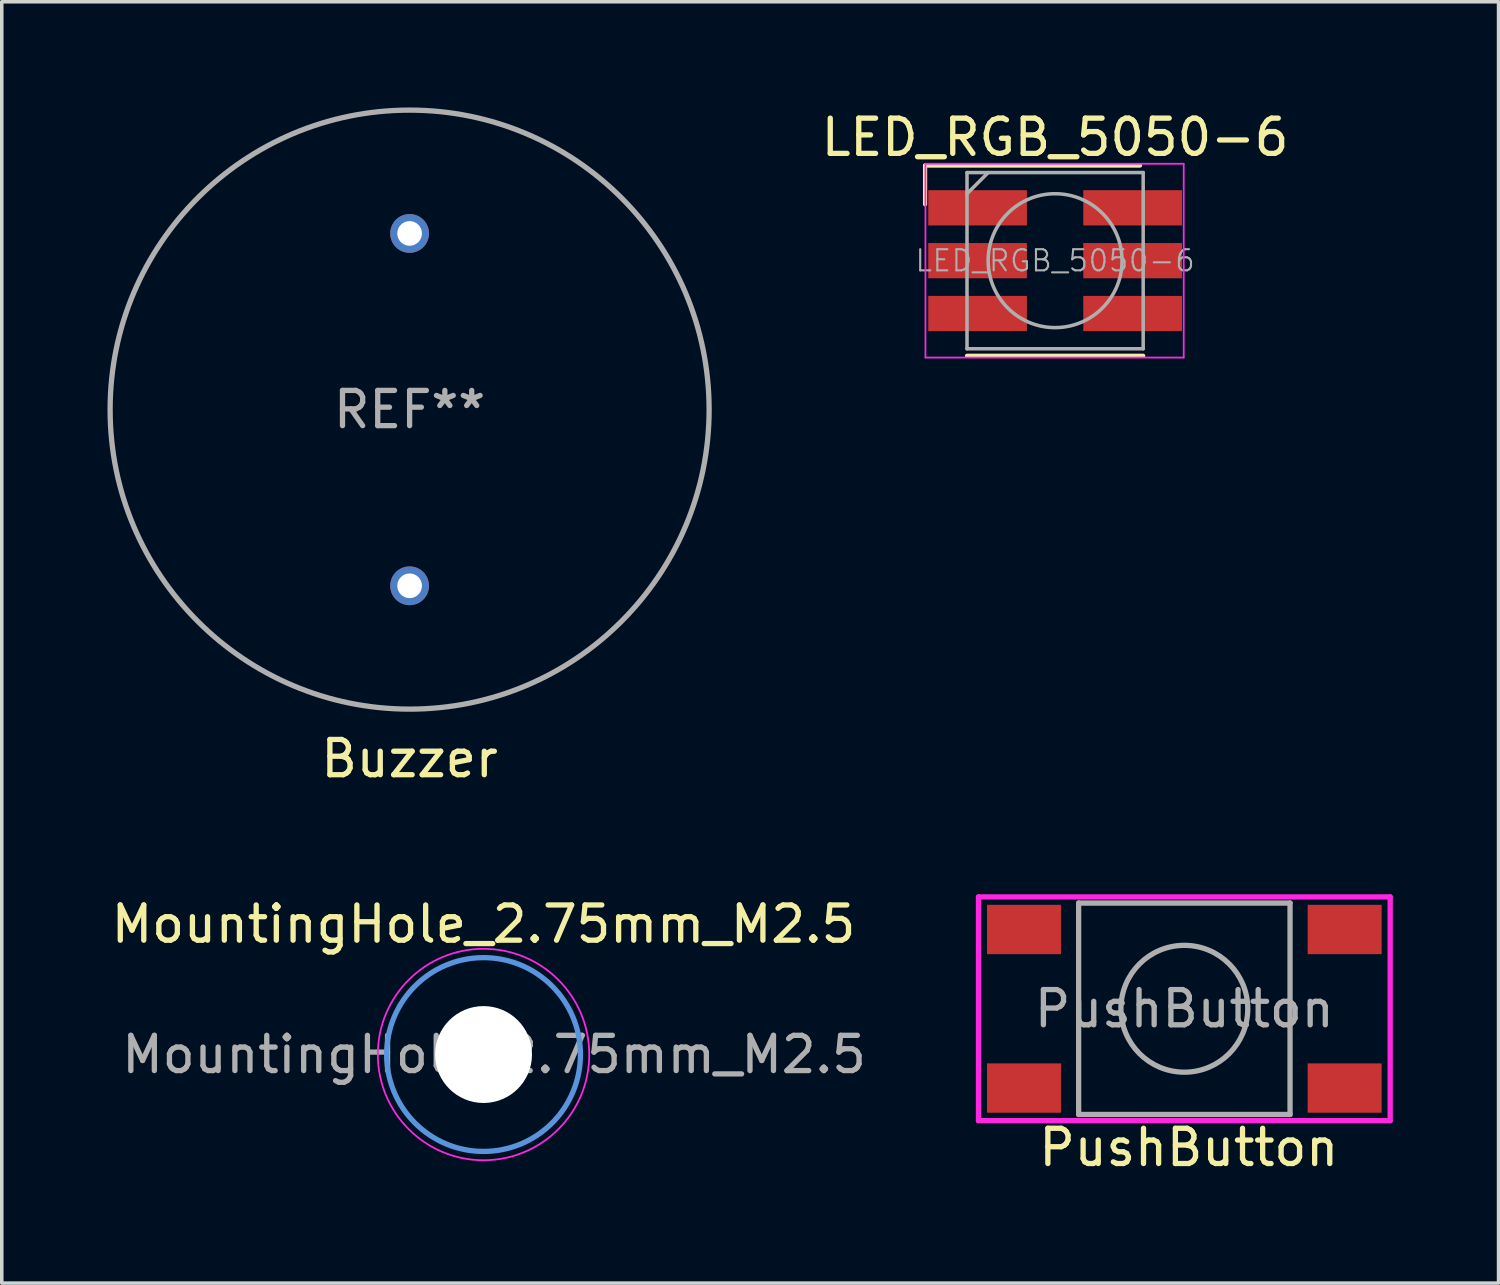
<source format=kicad_pcb>
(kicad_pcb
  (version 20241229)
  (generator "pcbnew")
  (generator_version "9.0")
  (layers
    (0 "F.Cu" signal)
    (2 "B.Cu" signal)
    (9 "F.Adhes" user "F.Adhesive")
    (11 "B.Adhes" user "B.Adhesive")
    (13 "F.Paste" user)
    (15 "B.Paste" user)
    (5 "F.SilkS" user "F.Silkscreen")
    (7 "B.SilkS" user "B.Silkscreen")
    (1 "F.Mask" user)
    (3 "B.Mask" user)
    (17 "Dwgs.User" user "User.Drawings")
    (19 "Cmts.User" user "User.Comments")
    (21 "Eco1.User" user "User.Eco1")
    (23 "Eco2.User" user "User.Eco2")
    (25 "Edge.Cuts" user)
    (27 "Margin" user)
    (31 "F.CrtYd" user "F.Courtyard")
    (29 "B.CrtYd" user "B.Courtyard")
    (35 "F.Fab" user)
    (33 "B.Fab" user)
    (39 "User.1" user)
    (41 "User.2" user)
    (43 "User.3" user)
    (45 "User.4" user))
  (footprint "PushButton"
    (layer "F.Cu")
    (at 30.562 25.579)
    (property "Reference" "PushButton" (at 0.127 3.937 0) (layer "F.SilkS") (effects (font (size 1 1) (thickness 0.15))))
    (attr through_hole)
    (fp_line (start -5.842 -3.175) (end -5.842 3.175) (stroke (width 0.15) (type solid)) (layer "F.CrtYd"))
    (fp_line (start -5.842 3.175) (end 5.715 3.175) (stroke (width 0.15) (type solid)) (layer "F.CrtYd"))
    (fp_line (start 5.715 3.175) (end 5.842 3.175) (stroke (width 0.15) (type solid)) (layer "F.CrtYd"))
    (fp_line (start 5.842 -3.175) (end -5.842 -3.175) (stroke (width 0.15) (type solid)) (layer "F.CrtYd"))
    (fp_line (start 5.842 3.175) (end 5.842 -3.175) (stroke (width 0.15) (type solid)) (layer "F.CrtYd"))
    (fp_line (start -3 -3) (end -3 3) (stroke (width 0.15) (type solid)) (layer "F.Fab"))
    (fp_line (start -3 3) (end 3 3) (stroke (width 0.15) (type solid)) (layer "F.Fab"))
    (fp_line (start 3 -3) (end -3 -3) (stroke (width 0.15) (type solid)) (layer "F.Fab"))
    (fp_line (start 3 3) (end 3 -3) (stroke (width 0.15) (type solid)) (layer "F.Fab"))
    (fp_circle (center 0 0) (end 1.8 0) (stroke (width 0.15) (type solid)) (fill no) (layer "F.Fab"))
    (fp_text user "${REFERENCE}" (at 0 0 0) (layer "F.Fab") (effects (font (size 1 1) (thickness 0.15))))
    (pad "1" smd rect (at -4.55 -2.25) (size 2.1 1.4) (layers "F.Cu" "F.Mask" "F.Paste"))
    (pad "1" smd rect (at 4.55 -2.25) (size 2.1 1.4) (layers "F.Cu" "F.Mask" "F.Paste"))
    (pad "2" smd rect (at -4.55 2.25) (size 2.1 1.4) (layers "F.Cu" "F.Mask" "F.Paste"))
    (pad "2" smd rect (at 4.55 2.25) (size 2.1 1.4) (layers "F.Cu" "F.Mask" "F.Paste")))
  (footprint "MountingHole_2.75mm_M2.5"
    (layer "F.Cu")
    (at 10.673 26.878)
    (property "Reference" "MountingHole_2.75mm_M2.5" (at 0 -3.7 0) (layer "F.SilkS") (effects (font (size 1 1) (thickness 0.15))))
    (attr exclude_from_pos_files exclude_from_bom)
    (fp_circle (center 0 0) (end 2.75 0) (stroke (width 0.15) (type solid)) (fill no) (layer "Cmts.User"))
    (fp_circle (center 0 0) (end 3 0) (stroke (width 0.05) (type solid)) (fill no) (layer "F.CrtYd"))
    (fp_text user "${REFERENCE}" (at 0.3 0 0) (layer "F.Fab") (effects (font (size 1 1) (thickness 0.15))))
    (pad "" np_thru_hole circle (at 0 0) (size 2.75 2.75) (drill 2.75) (layers "*.Cu" "*.Mask")))
  (footprint "LED_RGB_5050-6"
    (layer "F.Cu")
    (at 26.894 4.348)
    (property "Reference" "LED_RGB_5050-6" (at 0 -3.5 180) (layer "F.SilkS") (effects (font (size 1 1) (thickness 0.15))))
    (attr smd)
    (fp_line (start -3.69 -2.7) (end 2.41 -2.7) (stroke (width 0.12) (type solid)) (layer "F.SilkS"))
    (fp_line (start -3.69 -1.6) (end -3.69 -2.7) (stroke (width 0.12) (type solid)) (layer "F.SilkS"))
    (fp_line (start 2.5 2.7) (end -2.5 2.7) (stroke (width 0.12) (type solid)) (layer "F.SilkS"))
    (fp_line (start -3.68 -2.75) (end -3.68 2.75) (stroke (width 0.05) (type solid)) (layer "F.CrtYd"))
    (fp_line (start -3.68 2.75) (end 3.65 2.75) (stroke (width 0.05) (type solid)) (layer "F.CrtYd"))
    (fp_line (start 3.65 -2.75) (end -3.68 -2.75) (stroke (width 0.05) (type solid)) (layer "F.CrtYd"))
    (fp_line (start 3.65 2.75) (end 3.65 -2.75) (stroke (width 0.05) (type solid)) (layer "F.CrtYd"))
    (fp_line (start -2.5 -2.5) (end -2.5 2.5) (stroke (width 0.1) (type solid)) (layer "F.Fab"))
    (fp_line (start -2.5 -1.9) (end -1.9 -2.5) (stroke (width 0.1) (type solid)) (layer "F.Fab"))
    (fp_line (start -2.5 2.5) (end 2.5 2.5) (stroke (width 0.1) (type solid)) (layer "F.Fab"))
    (fp_line (start 2.5 -2.5) (end -2.5 -2.5) (stroke (width 0.1) (type solid)) (layer "F.Fab"))
    (fp_line (start 2.5 2.5) (end 2.5 -2.5) (stroke (width 0.1) (type solid)) (layer "F.Fab"))
    (fp_circle (center 0 0) (end 1.9 0) (stroke (width 0.1) (type solid)) (fill no) (layer "F.Fab"))
    (fp_text user "${REFERENCE}" (at 0 0 0) (layer "F.Fab") (effects (font (size 0.6 0.6) (thickness 0.06))))
    (pad "1" smd rect (at -2.2 -1.5 90) (size 1 2.8) (layers "F.Cu" "F.Mask" "F.Paste"))
    (pad "2" smd rect (at 2.2 -1.5 90) (size 1 2.8) (layers "F.Cu" "F.Mask" "F.Paste"))
    (pad "3" smd rect (at -2.2 0 90) (size 1 2.8) (layers "F.Cu" "F.Mask" "F.Paste"))
    (pad "4" smd rect (at 2.2 0 90) (size 1 2.8) (layers "F.Cu" "F.Mask" "F.Paste"))
    (pad "5" smd rect (at -2.2 1.5 90) (size 1 2.8) (layers "F.Cu" "F.Mask" "F.Paste"))
    (pad "6" smd rect (at 2.2 1.5 90) (size 1 2.8) (layers "F.Cu" "F.Mask" "F.Paste")))
  (footprint "Buzzer"
    (layer "F.Cu")
    (at 8.575 8.575)
    (property "Reference" "Buzzer" (at 0 9.906 0) (layer "F.SilkS") (effects (font (size 1 1) (thickness 0.15))))
    (attr through_hole)
    (fp_circle (center 0 0) (end 8.5 0) (stroke (width 0.15) (type solid)) (fill no) (layer "F.Fab"))
    (fp_text user "REF**" (at 0 0 0) (layer "F.Fab") (effects (font (size 1 1) (thickness 0.15))))
    (pad "1" thru_hole circle (at 0 -5) (size 1.1 1.1) (drill 0.7) (layers "*.Cu" "*.Mask"))
    (pad "2" thru_hole circle (at 0 5) (size 1.1 1.1) (drill 0.7) (layers "*.Cu" "*.Mask")))
  (gr_rect
    (start -3 -3)
    (end 39.479 33.364)
    (stroke (width 0.1) (type default))
    (fill no)
    (layer "Edge.Cuts")))
</source>
